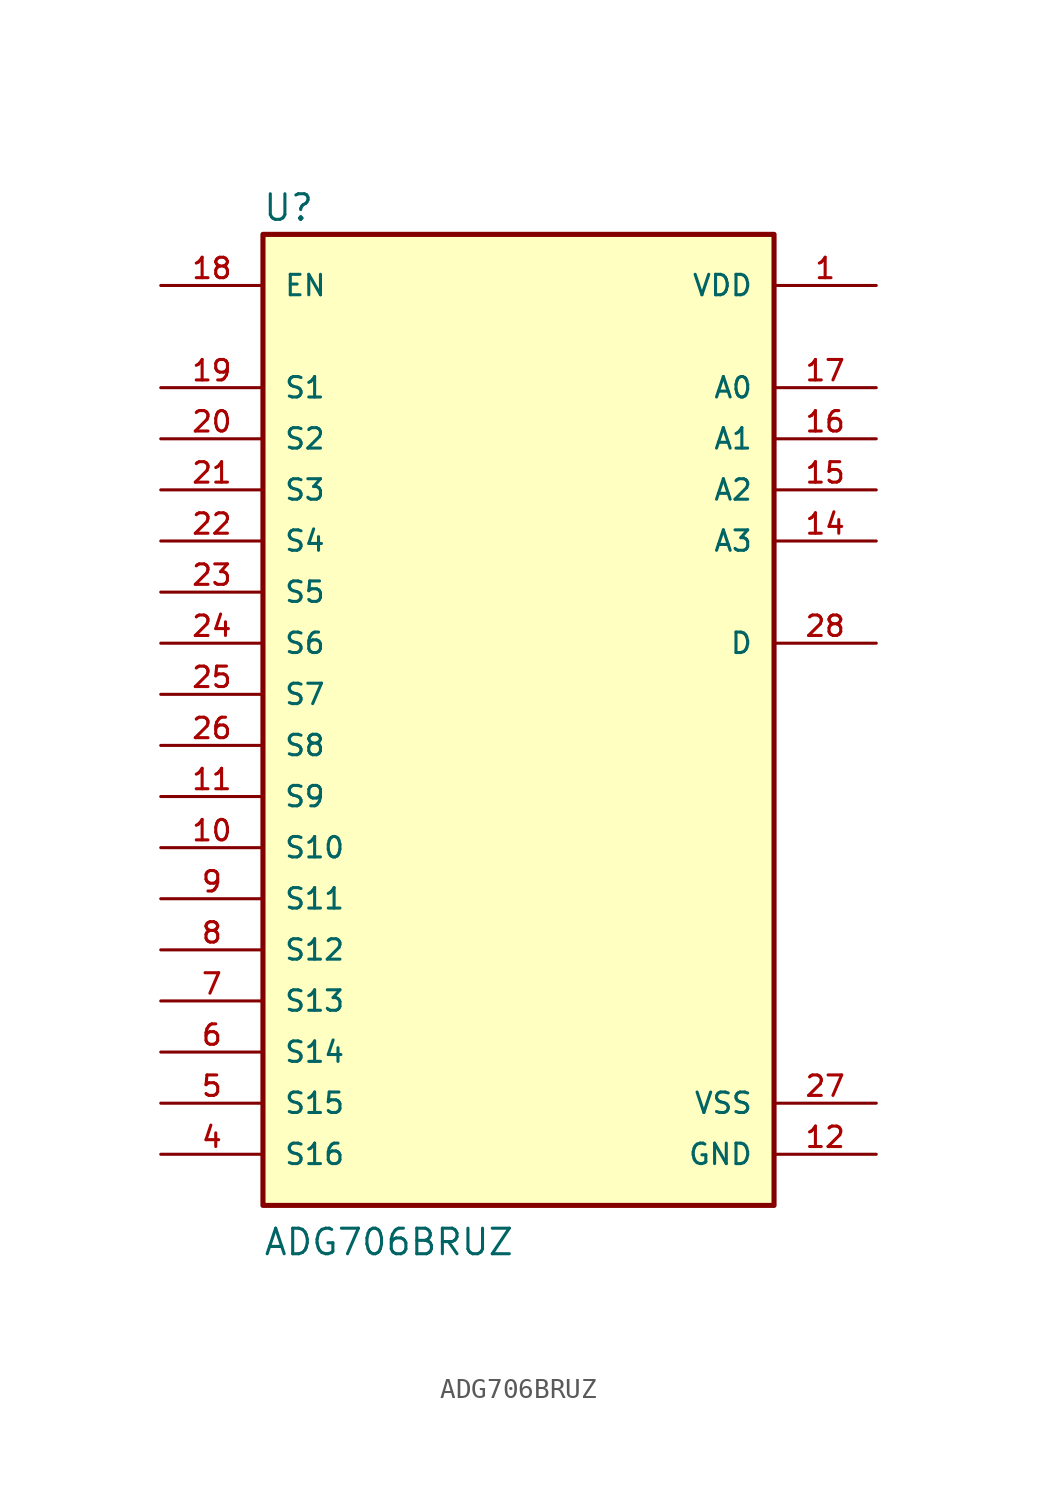
<source format=kicad_sym>
(kicad_symbol_lib
  (version 20211014)
  (generator kicad_symbol_editor)
  (symbol "ADG706BRUZ"
    (pin_names
      (offset 1.016))
    (property "Reference" "U"
      (at -12.738 25.984 0)
      (effects (font (size 1.27 1.27)) (justify bottom left)))
    (property "Value" "ADG706BRUZ"
      (at -12.713 -25.426 0)
      (effects (font (size 1.27 1.27)) (justify bottom left)))
    (symbol "ADG706BRUZ_0_0"
      (rectangle (start -12.7 -22.86) (end 12.7 25.4) (stroke (width 0.254)) (fill (type background)))
      (pin power_in line (at 17.78 22.86 180.0) (length 5.08) (name "VDD" (effects (font (size 1.016 1.016)))) (number "1" (effects (font (size 1.016 1.016)))))
      (pin power_in line (at 17.78 -20.32 180.0) (length 5.08) (name "GND" (effects (font (size 1.016 1.016)))) (number "12" (effects (font (size 1.016 1.016)))))
      (pin input line (at -17.78 22.86 0) (length 5.08) (name "EN" (effects (font (size 1.016 1.016)))) (number "18" (effects (font (size 1.016 1.016)))))
      (pin bidirectional line (at -17.78 17.78 0) (length 5.08) (name "S1" (effects (font (size 1.016 1.016)))) (number "19" (effects (font (size 1.016 1.016)))))
      (pin bidirectional line (at -17.78 15.24 0) (length 5.08) (name "S2" (effects (font (size 1.016 1.016)))) (number "20" (effects (font (size 1.016 1.016)))))
      (pin bidirectional line (at -17.78 12.7 0) (length 5.08) (name "S3" (effects (font (size 1.016 1.016)))) (number "21" (effects (font (size 1.016 1.016)))))
      (pin bidirectional line (at -17.78 10.16 0) (length 5.08) (name "S4" (effects (font (size 1.016 1.016)))) (number "22" (effects (font (size 1.016 1.016)))))
      (pin bidirectional line (at -17.78 7.62 0) (length 5.08) (name "S5" (effects (font (size 1.016 1.016)))) (number "23" (effects (font (size 1.016 1.016)))))
      (pin bidirectional line (at -17.78 5.08 0) (length 5.08) (name "S6" (effects (font (size 1.016 1.016)))) (number "24" (effects (font (size 1.016 1.016)))))
      (pin bidirectional line (at -17.78 2.54 0) (length 5.08) (name "S7" (effects (font (size 1.016 1.016)))) (number "25" (effects (font (size 1.016 1.016)))))
      (pin bidirectional line (at -17.78 0.0 0) (length 5.08) (name "S8" (effects (font (size 1.016 1.016)))) (number "26" (effects (font (size 1.016 1.016)))))
      (pin bidirectional line (at -17.78 -2.54 0) (length 5.08) (name "S9" (effects (font (size 1.016 1.016)))) (number "11" (effects (font (size 1.016 1.016)))))
      (pin bidirectional line (at -17.78 -5.08 0) (length 5.08) (name "S10" (effects (font (size 1.016 1.016)))) (number "10" (effects (font (size 1.016 1.016)))))
      (pin bidirectional line (at -17.78 -7.62 0) (length 5.08) (name "S11" (effects (font (size 1.016 1.016)))) (number "9" (effects (font (size 1.016 1.016)))))
      (pin bidirectional line (at -17.78 -10.16 0) (length 5.08) (name "S12" (effects (font (size 1.016 1.016)))) (number "8" (effects (font (size 1.016 1.016)))))
      (pin bidirectional line (at -17.78 -12.7 0) (length 5.08) (name "S13" (effects (font (size 1.016 1.016)))) (number "7" (effects (font (size 1.016 1.016)))))
      (pin bidirectional line (at -17.78 -15.24 0) (length 5.08) (name "S14" (effects (font (size 1.016 1.016)))) (number "6" (effects (font (size 1.016 1.016)))))
      (pin bidirectional line (at -17.78 -17.78 0) (length 5.08) (name "S15" (effects (font (size 1.016 1.016)))) (number "5" (effects (font (size 1.016 1.016)))))
      (pin bidirectional line (at -17.78 -20.32 0) (length 5.08) (name "S16" (effects (font (size 1.016 1.016)))) (number "4" (effects (font (size 1.016 1.016)))))
      (pin input line (at 17.78 17.78 180.0) (length 5.08) (name "A0" (effects (font (size 1.016 1.016)))) (number "17" (effects (font (size 1.016 1.016)))))
      (pin input line (at 17.78 15.24 180.0) (length 5.08) (name "A1" (effects (font (size 1.016 1.016)))) (number "16" (effects (font (size 1.016 1.016)))))
      (pin input line (at 17.78 12.7 180.0) (length 5.08) (name "A2" (effects (font (size 1.016 1.016)))) (number "15" (effects (font (size 1.016 1.016)))))
      (pin input line (at 17.78 10.16 180.0) (length 5.08) (name "A3" (effects (font (size 1.016 1.016)))) (number "14" (effects (font (size 1.016 1.016)))))
      (pin bidirectional line (at 17.78 5.08 180.0) (length 5.08) (name "D" (effects (font (size 1.016 1.016)))) (number "28" (effects (font (size 1.016 1.016)))))
      (pin power_in line (at 17.78 -17.78 180.0) (length 5.08) (name "VSS" (effects (font (size 1.016 1.016)))) (number "27" (effects (font (size 1.016 1.016))))))))
</source>
